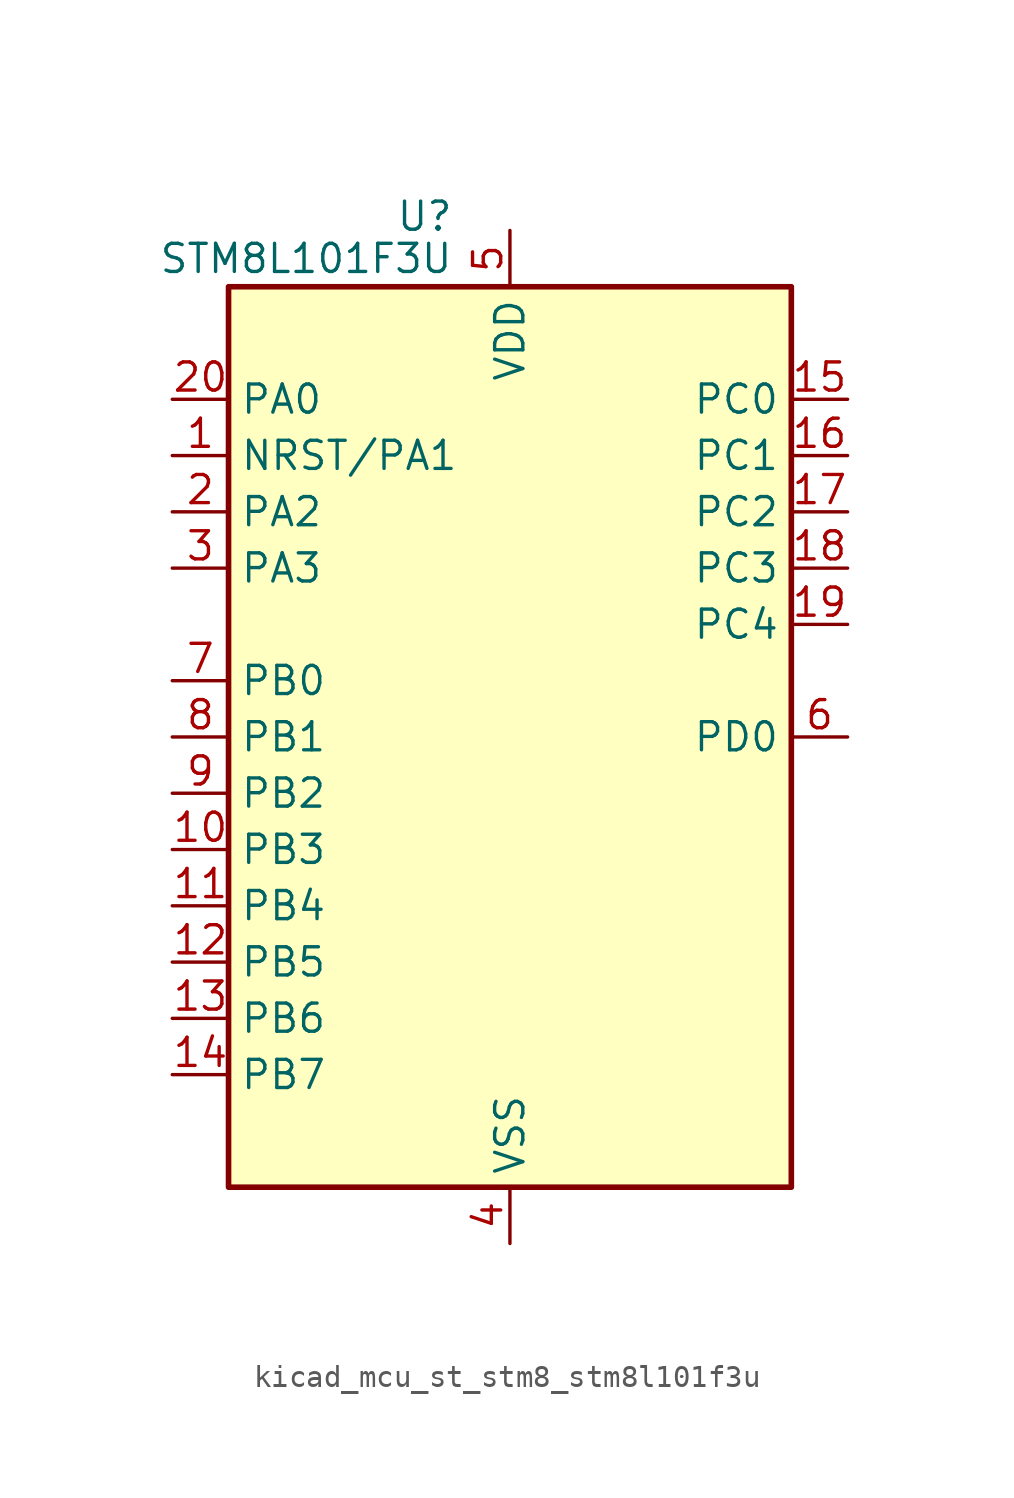
<source format=kicad_sym>
(kicad_symbol_lib
  (version 20220914)
  (generator kicad_symbol_editor)
  (symbol "kicad_mcu_st_stm8_stm8l101f3u"
    (property "Reference" "U"
      (at -2.54 23.495 0)
      (effects (font (size 1.27 1.27)) (justify right)))
    (property "Value" "STM8L101F3U"
      (at -2.54 21.59 0)
      (effects (font (size 1.27 1.27)) (justify right)))
    (symbol "kicad_mcu_st_stm8_stm8l101f3u_0_1"
      (rectangle (start -12.7 20.32) (end 12.7 -20.32) (stroke (width 0.254) (type default)) (fill (type background))))
    (symbol "kicad_mcu_st_stm8_stm8l101f3u_1_1"
      (pin bidirectional line (at -15.24 12.7 0) (length 2.54) (name "NRST/PA1" (effects (font (size 1.27 1.27)))) (number "1" (effects (font (size 1.27 1.27)))))
      (pin bidirectional line (at -15.24 -5.08 0) (length 2.54) (name "PB3" (effects (font (size 1.27 1.27)))) (number "10" (effects (font (size 1.27 1.27)))))
      (pin bidirectional line (at -15.24 -7.62 0) (length 2.54) (name "PB4" (effects (font (size 1.27 1.27)))) (number "11" (effects (font (size 1.27 1.27)))))
      (pin bidirectional line (at -15.24 -10.16 0) (length 2.54) (name "PB5" (effects (font (size 1.27 1.27)))) (number "12" (effects (font (size 1.27 1.27)))))
      (pin bidirectional line (at -15.24 -12.7 0) (length 2.54) (name "PB6" (effects (font (size 1.27 1.27)))) (number "13" (effects (font (size 1.27 1.27)))))
      (pin bidirectional line (at -15.24 -15.24 0) (length 2.54) (name "PB7" (effects (font (size 1.27 1.27)))) (number "14" (effects (font (size 1.27 1.27)))))
      (pin bidirectional line (at 15.24 15.24 180) (length 2.54) (name "PC0" (effects (font (size 1.27 1.27)))) (number "15" (effects (font (size 1.27 1.27)))))
      (pin bidirectional line (at 15.24 12.7 180) (length 2.54) (name "PC1" (effects (font (size 1.27 1.27)))) (number "16" (effects (font (size 1.27 1.27)))))
      (pin bidirectional line (at 15.24 10.16 180) (length 2.54) (name "PC2" (effects (font (size 1.27 1.27)))) (number "17" (effects (font (size 1.27 1.27)))))
      (pin bidirectional line (at 15.24 7.62 180) (length 2.54) (name "PC3" (effects (font (size 1.27 1.27)))) (number "18" (effects (font (size 1.27 1.27)))))
      (pin bidirectional line (at 15.24 5.08 180) (length 2.54) (name "PC4" (effects (font (size 1.27 1.27)))) (number "19" (effects (font (size 1.27 1.27)))))
      (pin bidirectional line (at -15.24 10.16 0) (length 2.54) (name "PA2" (effects (font (size 1.27 1.27)))) (number "2" (effects (font (size 1.27 1.27)))))
      (pin bidirectional line (at -15.24 15.24 0) (length 2.54) (name "PA0" (effects (font (size 1.27 1.27)))) (number "20" (effects (font (size 1.27 1.27)))))
      (pin bidirectional line (at -15.24 7.62 0) (length 2.54) (name "PA3" (effects (font (size 1.27 1.27)))) (number "3" (effects (font (size 1.27 1.27)))))
      (pin power_in line (at 0 -22.86 90) (length 2.54) (name "VSS" (effects (font (size 1.27 1.27)))) (number "4" (effects (font (size 1.27 1.27)))))
      (pin power_in line (at 0 22.86 270) (length 2.54) (name "VDD" (effects (font (size 1.27 1.27)))) (number "5" (effects (font (size 1.27 1.27)))))
      (pin bidirectional line (at 15.24 0 180) (length 2.54) (name "PD0" (effects (font (size 1.27 1.27)))) (number "6" (effects (font (size 1.27 1.27)))))
      (pin bidirectional line (at -15.24 2.54 0) (length 2.54) (name "PB0" (effects (font (size 1.27 1.27)))) (number "7" (effects (font (size 1.27 1.27)))))
      (pin bidirectional line (at -15.24 0 0) (length 2.54) (name "PB1" (effects (font (size 1.27 1.27)))) (number "8" (effects (font (size 1.27 1.27)))))
      (pin bidirectional line (at -15.24 -2.54 0) (length 2.54) (name "PB2" (effects (font (size 1.27 1.27)))) (number "9" (effects (font (size 1.27 1.27))))))))
</source>
